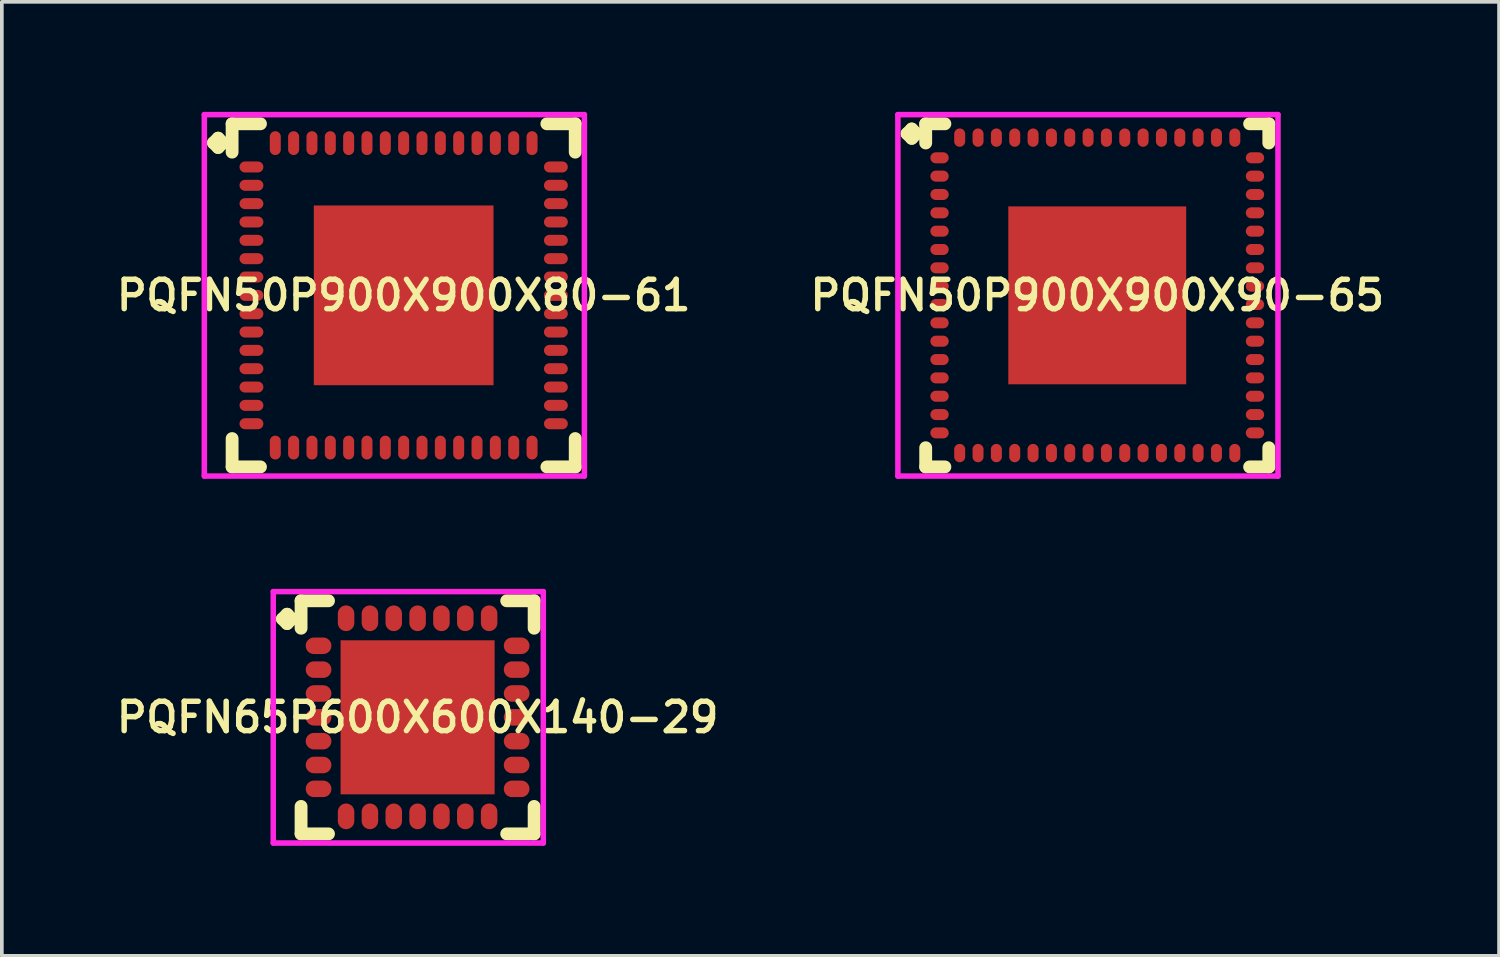
<source format=kicad_pcb>
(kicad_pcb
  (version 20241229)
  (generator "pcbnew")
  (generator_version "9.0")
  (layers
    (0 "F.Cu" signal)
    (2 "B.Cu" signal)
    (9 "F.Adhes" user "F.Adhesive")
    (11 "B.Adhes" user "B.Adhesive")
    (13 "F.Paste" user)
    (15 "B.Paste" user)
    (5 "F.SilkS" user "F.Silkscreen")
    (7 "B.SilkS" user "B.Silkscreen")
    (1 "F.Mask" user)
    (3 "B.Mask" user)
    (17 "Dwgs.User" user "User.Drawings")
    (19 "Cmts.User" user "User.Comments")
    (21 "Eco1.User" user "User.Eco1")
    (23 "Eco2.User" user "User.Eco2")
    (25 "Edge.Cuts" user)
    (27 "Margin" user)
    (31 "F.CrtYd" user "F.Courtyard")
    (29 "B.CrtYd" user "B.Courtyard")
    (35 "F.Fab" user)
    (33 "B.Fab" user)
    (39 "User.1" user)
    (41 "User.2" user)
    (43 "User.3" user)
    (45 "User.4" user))
  (footprint "PQFN65P600X600X140-29"
    (layer "F.Cu")
    (at 8.335 16.506)
    (property "Reference" "PQFN65P600X600X140-29" (at 0 0 0) (layer "F.SilkS") (effects (font (size 0.8 0.8) (thickness 0.15))))
    (attr smd)
    (fp_line (start -3.685 -2.683) (end -3.558 -2.81) (stroke (width 0.35) (type solid)) (layer "F.SilkS"))
    (fp_line (start -3.558 -2.81) (end -3.431 -2.683) (stroke (width 0.35) (type solid)) (layer "F.SilkS"))
    (fp_line (start -3.558 -2.556) (end -3.685 -2.683) (stroke (width 0.35) (type solid)) (layer "F.SilkS"))
    (fp_line (start -3.431 -2.683) (end -3.558 -2.556) (stroke (width 0.35) (type solid)) (layer "F.SilkS"))
    (fp_line (start -3.177 -3.177) (end -2.429 -3.177) (stroke (width 0.35) (type solid)) (layer "F.SilkS"))
    (fp_line (start -3.177 -2.429) (end -3.177 -3.177) (stroke (width 0.35) (type solid)) (layer "F.SilkS"))
    (fp_line (start -3.177 2.429) (end -3.177 3.177) (stroke (width 0.35) (type solid)) (layer "F.SilkS"))
    (fp_line (start -3.177 3.177) (end -2.429 3.177) (stroke (width 0.35) (type solid)) (layer "F.SilkS"))
    (fp_line (start 2.429 -3.177) (end 3.177 -3.177) (stroke (width 0.35) (type solid)) (layer "F.SilkS"))
    (fp_line (start 2.429 3.177) (end 3.177 3.177) (stroke (width 0.35) (type solid)) (layer "F.SilkS"))
    (fp_line (start 3.177 -3.177) (end 3.177 -2.429) (stroke (width 0.35) (type solid)) (layer "F.SilkS"))
    (fp_line (start 3.177 3.177) (end 3.177 2.429) (stroke (width 0.35) (type solid)) (layer "F.SilkS"))
    (fp_line (start -3.935 -3.427) (end 3.427 -3.427) (stroke (width 0.15) (type solid)) (layer "F.CrtYd"))
    (fp_line (start -3.935 3.427) (end -3.935 -3.427) (stroke (width 0.15) (type solid)) (layer "F.CrtYd"))
    (fp_line (start 3.427 -3.427) (end 3.427 3.427) (stroke (width 0.15) (type solid)) (layer "F.CrtYd"))
    (fp_line (start 3.427 3.427) (end -3.935 3.427) (stroke (width 0.15) (type solid)) (layer "F.CrtYd"))
    (pad "1" smd oval (at -2.7 -1.95) (size 0.7 0.45) (layers "F.Cu" "F.Mask" "F.Paste"))
    (pad "2" smd oval (at -2.7 -1.3) (size 0.7 0.45) (layers "F.Cu" "F.Mask" "F.Paste"))
    (pad "3" smd oval (at -2.7 -0.65) (size 0.7 0.45) (layers "F.Cu" "F.Mask" "F.Paste"))
    (pad "4" smd oval (at -2.7 0) (size 0.7 0.45) (layers "F.Cu" "F.Mask" "F.Paste"))
    (pad "5" smd oval (at -2.7 0.65) (size 0.7 0.45) (layers "F.Cu" "F.Mask" "F.Paste"))
    (pad "6" smd oval (at -2.7 1.3) (size 0.7 0.45) (layers "F.Cu" "F.Mask" "F.Paste"))
    (pad "7" smd oval (at -2.7 1.95) (size 0.7 0.45) (layers "F.Cu" "F.Mask" "F.Paste"))
    (pad "8" smd oval (at -1.95 2.7) (size 0.45 0.7) (layers "F.Cu" "F.Mask" "F.Paste"))
    (pad "9" smd oval (at -1.3 2.7) (size 0.45 0.7) (layers "F.Cu" "F.Mask" "F.Paste"))
    (pad "10" smd oval (at -0.65 2.7) (size 0.45 0.7) (layers "F.Cu" "F.Mask" "F.Paste"))
    (pad "11" smd oval (at 0 2.7) (size 0.45 0.7) (layers "F.Cu" "F.Mask" "F.Paste"))
    (pad "12" smd oval (at 0.65 2.7) (size 0.45 0.7) (layers "F.Cu" "F.Mask" "F.Paste"))
    (pad "13" smd oval (at 1.3 2.7) (size 0.45 0.7) (layers "F.Cu" "F.Mask" "F.Paste"))
    (pad "14" smd oval (at 1.95 2.7) (size 0.45 0.7) (layers "F.Cu" "F.Mask" "F.Paste"))
    (pad "15" smd oval (at 2.7 1.95) (size 0.7 0.45) (layers "F.Cu" "F.Mask" "F.Paste"))
    (pad "16" smd oval (at 2.7 1.3) (size 0.7 0.45) (layers "F.Cu" "F.Mask" "F.Paste"))
    (pad "17" smd oval (at 2.7 0.65) (size 0.7 0.45) (layers "F.Cu" "F.Mask" "F.Paste"))
    (pad "18" smd oval (at 2.7 0) (size 0.7 0.45) (layers "F.Cu" "F.Mask" "F.Paste"))
    (pad "19" smd oval (at 2.7 -0.65) (size 0.7 0.45) (layers "F.Cu" "F.Mask" "F.Paste"))
    (pad "20" smd oval (at 2.7 -1.3) (size 0.7 0.45) (layers "F.Cu" "F.Mask" "F.Paste"))
    (pad "21" smd oval (at 2.7 -1.95) (size 0.7 0.45) (layers "F.Cu" "F.Mask" "F.Paste"))
    (pad "22" smd oval (at 1.95 -2.7) (size 0.45 0.7) (layers "F.Cu" "F.Mask" "F.Paste"))
    (pad "23" smd oval (at 1.3 -2.7) (size 0.45 0.7) (layers "F.Cu" "F.Mask" "F.Paste"))
    (pad "24" smd oval (at 0.65 -2.7) (size 0.45 0.7) (layers "F.Cu" "F.Mask" "F.Paste"))
    (pad "25" smd oval (at 0 -2.7) (size 0.45 0.7) (layers "F.Cu" "F.Mask" "F.Paste"))
    (pad "26" smd oval (at -0.65 -2.7) (size 0.45 0.7) (layers "F.Cu" "F.Mask" "F.Paste"))
    (pad "27" smd oval (at -1.3 -2.7) (size 0.45 0.7) (layers "F.Cu" "F.Mask" "F.Paste"))
    (pad "28" smd oval (at -1.95 -2.7) (size 0.45 0.7) (layers "F.Cu" "F.Mask" "F.Paste"))
    (pad "29" smd rect (at 0 0) (size 4.2 4.2) (layers "F.Cu" "F.Mask" "F.Paste")))
  (footprint "PQFN50P900X900X80-61"
    (layer "F.Cu")
    (at 7.955 5.002)
    (property "Reference" "PQFN50P900X900X80-61" (at 0 0 0) (layer "F.SilkS") (effects (font (size 0.8 0.8) (thickness 0.15))))
    (attr through_hole)
    (fp_line (start -5.185 -4.158) (end -5.058 -4.285) (stroke (width 0.35) (type solid)) (layer "F.SilkS"))
    (fp_line (start -5.058 -4.285) (end -4.931 -4.158) (stroke (width 0.35) (type solid)) (layer "F.SilkS"))
    (fp_line (start -5.058 -4.031) (end -5.185 -4.158) (stroke (width 0.35) (type solid)) (layer "F.SilkS"))
    (fp_line (start -4.931 -4.158) (end -5.058 -4.031) (stroke (width 0.35) (type solid)) (layer "F.SilkS"))
    (fp_line (start -4.677 -4.677) (end -3.904 -4.677) (stroke (width 0.35) (type solid)) (layer "F.SilkS"))
    (fp_line (start -4.677 -3.904) (end -4.677 -4.677) (stroke (width 0.35) (type solid)) (layer "F.SilkS"))
    (fp_line (start -4.677 3.904) (end -4.677 4.677) (stroke (width 0.35) (type solid)) (layer "F.SilkS"))
    (fp_line (start -4.677 4.677) (end -3.904 4.677) (stroke (width 0.35) (type solid)) (layer "F.SilkS"))
    (fp_line (start 3.904 -4.677) (end 4.677 -4.677) (stroke (width 0.35) (type solid)) (layer "F.SilkS"))
    (fp_line (start 3.904 4.677) (end 4.677 4.677) (stroke (width 0.35) (type solid)) (layer "F.SilkS"))
    (fp_line (start 4.677 -4.677) (end 4.677 -3.904) (stroke (width 0.35) (type solid)) (layer "F.SilkS"))
    (fp_line (start 4.677 4.677) (end 4.677 3.904) (stroke (width 0.35) (type solid)) (layer "F.SilkS"))
    (fp_line (start -5.435 -4.927) (end 4.927 -4.927) (stroke (width 0.15) (type solid)) (layer "F.CrtYd"))
    (fp_line (start -5.435 4.927) (end -5.435 -4.927) (stroke (width 0.15) (type solid)) (layer "F.CrtYd"))
    (fp_line (start 4.927 -4.927) (end 4.927 4.927) (stroke (width 0.15) (type solid)) (layer "F.CrtYd"))
    (fp_line (start 4.927 4.927) (end -5.435 4.927) (stroke (width 0.15) (type solid)) (layer "F.CrtYd"))
    (pad "1" smd oval (at -4.15 -3.5) (size 0.65 0.3) (layers "F.Cu" "F.Mask" "F.Paste"))
    (pad "2" smd oval (at -4.15 -3) (size 0.65 0.3) (layers "F.Cu" "F.Mask" "F.Paste"))
    (pad "3" smd oval (at -4.15 -2.5) (size 0.65 0.3) (layers "F.Cu" "F.Mask" "F.Paste"))
    (pad "4" smd oval (at -4.15 -2) (size 0.65 0.3) (layers "F.Cu" "F.Mask" "F.Paste"))
    (pad "5" smd oval (at -4.15 -1.5) (size 0.65 0.3) (layers "F.Cu" "F.Mask" "F.Paste"))
    (pad "6" smd oval (at -4.15 -1) (size 0.65 0.3) (layers "F.Cu" "F.Mask" "F.Paste"))
    (pad "7" smd oval (at -4.15 -0.5) (size 0.65 0.3) (layers "F.Cu" "F.Mask" "F.Paste"))
    (pad "8" smd oval (at -4.15 0) (size 0.65 0.3) (layers "F.Cu" "F.Mask" "F.Paste"))
    (pad "9" smd oval (at -4.15 0.5) (size 0.65 0.3) (layers "F.Cu" "F.Mask" "F.Paste"))
    (pad "10" smd oval (at -4.15 1) (size 0.65 0.3) (layers "F.Cu" "F.Mask" "F.Paste"))
    (pad "11" smd oval (at -4.15 1.5) (size 0.65 0.3) (layers "F.Cu" "F.Mask" "F.Paste"))
    (pad "12" smd oval (at -4.15 2) (size 0.65 0.3) (layers "F.Cu" "F.Mask" "F.Paste"))
    (pad "13" smd oval (at -4.15 2.5) (size 0.65 0.3) (layers "F.Cu" "F.Mask" "F.Paste"))
    (pad "14" smd oval (at -4.15 3) (size 0.65 0.3) (layers "F.Cu" "F.Mask" "F.Paste"))
    (pad "15" smd oval (at -4.15 3.5) (size 0.65 0.3) (layers "F.Cu" "F.Mask" "F.Paste"))
    (pad "16" smd oval (at -3.5 4.15) (size 0.3 0.65) (layers "F.Cu" "F.Mask" "F.Paste"))
    (pad "17" smd oval (at -3 4.15) (size 0.3 0.65) (layers "F.Cu" "F.Mask" "F.Paste"))
    (pad "18" smd oval (at -2.5 4.15) (size 0.3 0.65) (layers "F.Cu" "F.Mask" "F.Paste"))
    (pad "19" smd oval (at -2 4.15) (size 0.3 0.65) (layers "F.Cu" "F.Mask" "F.Paste"))
    (pad "20" smd oval (at -1.5 4.15) (size 0.3 0.65) (layers "F.Cu" "F.Mask" "F.Paste"))
    (pad "21" smd oval (at -1 4.15) (size 0.3 0.65) (layers "F.Cu" "F.Mask" "F.Paste"))
    (pad "22" smd oval (at -0.5 4.15) (size 0.3 0.65) (layers "F.Cu" "F.Mask" "F.Paste"))
    (pad "23" smd oval (at 0 4.15) (size 0.3 0.65) (layers "F.Cu" "F.Mask" "F.Paste"))
    (pad "24" smd oval (at 0.5 4.15) (size 0.3 0.65) (layers "F.Cu" "F.Mask" "F.Paste"))
    (pad "25" smd oval (at 1 4.15) (size 0.3 0.65) (layers "F.Cu" "F.Mask" "F.Paste"))
    (pad "26" smd oval (at 1.5 4.15) (size 0.3 0.65) (layers "F.Cu" "F.Mask" "F.Paste"))
    (pad "27" smd oval (at 2 4.15) (size 0.3 0.65) (layers "F.Cu" "F.Mask" "F.Paste"))
    (pad "28" smd oval (at 2.5 4.15) (size 0.3 0.65) (layers "F.Cu" "F.Mask" "F.Paste"))
    (pad "29" smd oval (at 3 4.15) (size 0.3 0.65) (layers "F.Cu" "F.Mask" "F.Paste"))
    (pad "30" smd oval (at 3.5 4.15) (size 0.3 0.65) (layers "F.Cu" "F.Mask" "F.Paste"))
    (pad "31" smd oval (at 4.15 3.5) (size 0.65 0.3) (layers "F.Cu" "F.Mask" "F.Paste"))
    (pad "32" smd oval (at 4.15 3) (size 0.65 0.3) (layers "F.Cu" "F.Mask" "F.Paste"))
    (pad "33" smd oval (at 4.15 2.5) (size 0.65 0.3) (layers "F.Cu" "F.Mask" "F.Paste"))
    (pad "34" smd oval (at 4.15 2) (size 0.65 0.3) (layers "F.Cu" "F.Mask" "F.Paste"))
    (pad "35" smd oval (at 4.15 1.5) (size 0.65 0.3) (layers "F.Cu" "F.Mask" "F.Paste"))
    (pad "36" smd oval (at 4.15 1) (size 0.65 0.3) (layers "F.Cu" "F.Mask" "F.Paste"))
    (pad "37" smd oval (at 4.15 0.5) (size 0.65 0.3) (layers "F.Cu" "F.Mask" "F.Paste"))
    (pad "38" smd oval (at 4.15 0) (size 0.65 0.3) (layers "F.Cu" "F.Mask" "F.Paste"))
    (pad "39" smd oval (at 4.15 -0.5) (size 0.65 0.3) (layers "F.Cu" "F.Mask" "F.Paste"))
    (pad "40" smd oval (at 4.15 -1) (size 0.65 0.3) (layers "F.Cu" "F.Mask" "F.Paste"))
    (pad "41" smd oval (at 4.15 -1.5) (size 0.65 0.3) (layers "F.Cu" "F.Mask" "F.Paste"))
    (pad "42" smd oval (at 4.15 -2) (size 0.65 0.3) (layers "F.Cu" "F.Mask" "F.Paste"))
    (pad "43" smd oval (at 4.15 -2.5) (size 0.65 0.3) (layers "F.Cu" "F.Mask" "F.Paste"))
    (pad "44" smd oval (at 4.15 -3) (size 0.65 0.3) (layers "F.Cu" "F.Mask" "F.Paste"))
    (pad "45" smd oval (at 4.15 -3.5) (size 0.65 0.3) (layers "F.Cu" "F.Mask" "F.Paste"))
    (pad "46" smd oval (at 3.5 -4.15) (size 0.3 0.65) (layers "F.Cu" "F.Mask" "F.Paste"))
    (pad "47" smd oval (at 3 -4.15) (size 0.3 0.65) (layers "F.Cu" "F.Mask" "F.Paste"))
    (pad "48" smd oval (at 2.5 -4.15) (size 0.3 0.65) (layers "F.Cu" "F.Mask" "F.Paste"))
    (pad "49" smd oval (at 2 -4.15) (size 0.3 0.65) (layers "F.Cu" "F.Mask" "F.Paste"))
    (pad "50" smd oval (at 1.5 -4.15) (size 0.3 0.65) (layers "F.Cu" "F.Mask" "F.Paste"))
    (pad "51" smd oval (at 1 -4.15) (size 0.3 0.65) (layers "F.Cu" "F.Mask" "F.Paste"))
    (pad "52" smd oval (at 0.5 -4.15) (size 0.3 0.65) (layers "F.Cu" "F.Mask" "F.Paste"))
    (pad "53" smd oval (at 0 -4.15) (size 0.3 0.65) (layers "F.Cu" "F.Mask" "F.Paste"))
    (pad "54" smd oval (at -0.5 -4.15) (size 0.3 0.65) (layers "F.Cu" "F.Mask" "F.Paste"))
    (pad "55" smd oval (at -1 -4.15) (size 0.3 0.65) (layers "F.Cu" "F.Mask" "F.Paste"))
    (pad "56" smd oval (at -1.5 -4.15) (size 0.3 0.65) (layers "F.Cu" "F.Mask" "F.Paste"))
    (pad "57" smd oval (at -2 -4.15) (size 0.3 0.65) (layers "F.Cu" "F.Mask" "F.Paste"))
    (pad "58" smd oval (at -2.5 -4.15) (size 0.3 0.65) (layers "F.Cu" "F.Mask" "F.Paste"))
    (pad "59" smd oval (at -3 -4.15) (size 0.3 0.65) (layers "F.Cu" "F.Mask" "F.Paste"))
    (pad "60" smd oval (at -3.5 -4.15) (size 0.3 0.65) (layers "F.Cu" "F.Mask" "F.Paste"))
    (pad "61" smd rect (at 0 0) (size 4.9 4.9) (layers "F.Cu" "F.Mask" "F.Paste")))
  (footprint "PQFN50P900X900X90-65"
    (layer "F.Cu")
    (at 26.864 5.002)
    (property "Reference" "PQFN50P900X900X90-65" (at 0 0 0) (layer "F.SilkS") (effects (font (size 0.8 0.8) (thickness 0.15))))
    (attr smd)
    (fp_line (start -5.185 -4.408) (end -5.058 -4.535) (stroke (width 0.35) (type solid)) (layer "F.SilkS"))
    (fp_line (start -5.058 -4.535) (end -4.931 -4.408) (stroke (width 0.35) (type solid)) (layer "F.SilkS"))
    (fp_line (start -5.058 -4.281) (end -5.185 -4.408) (stroke (width 0.35) (type solid)) (layer "F.SilkS"))
    (fp_line (start -4.931 -4.408) (end -5.058 -4.281) (stroke (width 0.35) (type solid)) (layer "F.SilkS"))
    (fp_line (start -4.677 -4.677) (end -4.154 -4.677) (stroke (width 0.35) (type solid)) (layer "F.SilkS"))
    (fp_line (start -4.677 -4.154) (end -4.677 -4.677) (stroke (width 0.35) (type solid)) (layer "F.SilkS"))
    (fp_line (start -4.677 4.154) (end -4.677 4.677) (stroke (width 0.35) (type solid)) (layer "F.SilkS"))
    (fp_line (start -4.677 4.677) (end -4.154 4.677) (stroke (width 0.35) (type solid)) (layer "F.SilkS"))
    (fp_line (start 4.154 -4.677) (end 4.677 -4.677) (stroke (width 0.35) (type solid)) (layer "F.SilkS"))
    (fp_line (start 4.154 4.677) (end 4.677 4.677) (stroke (width 0.35) (type solid)) (layer "F.SilkS"))
    (fp_line (start 4.677 -4.677) (end 4.677 -4.154) (stroke (width 0.35) (type solid)) (layer "F.SilkS"))
    (fp_line (start 4.677 4.677) (end 4.677 4.154) (stroke (width 0.35) (type solid)) (layer "F.SilkS"))
    (fp_line (start -5.435 -4.927) (end 4.927 -4.927) (stroke (width 0.15) (type solid)) (layer "F.CrtYd"))
    (fp_line (start -5.435 4.927) (end -5.435 -4.927) (stroke (width 0.15) (type solid)) (layer "F.CrtYd"))
    (fp_line (start 4.927 -4.927) (end 4.927 4.927) (stroke (width 0.15) (type solid)) (layer "F.CrtYd"))
    (fp_line (start 4.927 4.927) (end -5.435 4.927) (stroke (width 0.15) (type solid)) (layer "F.CrtYd"))
    (pad "1" smd oval (at -4.3 -3.75) (size 0.5 0.3) (layers "F.Cu" "F.Mask" "F.Paste"))
    (pad "2" smd oval (at -4.3 -3.25) (size 0.5 0.3) (layers "F.Cu" "F.Mask" "F.Paste"))
    (pad "3" smd oval (at -4.3 -2.75) (size 0.5 0.3) (layers "F.Cu" "F.Mask" "F.Paste"))
    (pad "4" smd oval (at -4.3 -2.25) (size 0.5 0.3) (layers "F.Cu" "F.Mask" "F.Paste"))
    (pad "5" smd oval (at -4.3 -1.75) (size 0.5 0.3) (layers "F.Cu" "F.Mask" "F.Paste"))
    (pad "6" smd oval (at -4.3 -1.25) (size 0.5 0.3) (layers "F.Cu" "F.Mask" "F.Paste"))
    (pad "7" smd oval (at -4.3 -0.75) (size 0.5 0.3) (layers "F.Cu" "F.Mask" "F.Paste"))
    (pad "8" smd oval (at -4.3 -0.25) (size 0.5 0.3) (layers "F.Cu" "F.Mask" "F.Paste"))
    (pad "9" smd oval (at -4.3 0.25) (size 0.5 0.3) (layers "F.Cu" "F.Mask" "F.Paste"))
    (pad "10" smd oval (at -4.3 0.75) (size 0.5 0.3) (layers "F.Cu" "F.Mask" "F.Paste"))
    (pad "11" smd oval (at -4.3 1.25) (size 0.5 0.3) (layers "F.Cu" "F.Mask" "F.Paste"))
    (pad "12" smd oval (at -4.3 1.75) (size 0.5 0.3) (layers "F.Cu" "F.Mask" "F.Paste"))
    (pad "13" smd oval (at -4.3 2.25) (size 0.5 0.3) (layers "F.Cu" "F.Mask" "F.Paste"))
    (pad "14" smd oval (at -4.3 2.75) (size 0.5 0.3) (layers "F.Cu" "F.Mask" "F.Paste"))
    (pad "15" smd oval (at -4.3 3.25) (size 0.5 0.3) (layers "F.Cu" "F.Mask" "F.Paste"))
    (pad "16" smd oval (at -4.3 3.75) (size 0.5 0.3) (layers "F.Cu" "F.Mask" "F.Paste"))
    (pad "17" smd oval (at -3.75 4.3) (size 0.3 0.5) (layers "F.Cu" "F.Mask" "F.Paste"))
    (pad "18" smd oval (at -3.25 4.3) (size 0.3 0.5) (layers "F.Cu" "F.Mask" "F.Paste"))
    (pad "19" smd oval (at -2.75 4.3) (size 0.3 0.5) (layers "F.Cu" "F.Mask" "F.Paste"))
    (pad "20" smd oval (at -2.25 4.3) (size 0.3 0.5) (layers "F.Cu" "F.Mask" "F.Paste"))
    (pad "21" smd oval (at -1.75 4.3) (size 0.3 0.5) (layers "F.Cu" "F.Mask" "F.Paste"))
    (pad "22" smd oval (at -1.25 4.3) (size 0.3 0.5) (layers "F.Cu" "F.Mask" "F.Paste"))
    (pad "23" smd oval (at -0.75 4.3) (size 0.3 0.5) (layers "F.Cu" "F.Mask" "F.Paste"))
    (pad "24" smd oval (at -0.25 4.3) (size 0.3 0.5) (layers "F.Cu" "F.Mask" "F.Paste"))
    (pad "25" smd oval (at 0.25 4.3) (size 0.3 0.5) (layers "F.Cu" "F.Mask" "F.Paste"))
    (pad "26" smd oval (at 0.75 4.3) (size 0.3 0.5) (layers "F.Cu" "F.Mask" "F.Paste"))
    (pad "27" smd oval (at 1.25 4.3) (size 0.3 0.5) (layers "F.Cu" "F.Mask" "F.Paste"))
    (pad "28" smd oval (at 1.75 4.3) (size 0.3 0.5) (layers "F.Cu" "F.Mask" "F.Paste"))
    (pad "29" smd oval (at 2.25 4.3) (size 0.3 0.5) (layers "F.Cu" "F.Mask" "F.Paste"))
    (pad "30" smd oval (at 2.75 4.3) (size 0.3 0.5) (layers "F.Cu" "F.Mask" "F.Paste"))
    (pad "31" smd oval (at 3.25 4.3) (size 0.3 0.5) (layers "F.Cu" "F.Mask" "F.Paste"))
    (pad "32" smd oval (at 3.75 4.3) (size 0.3 0.5) (layers "F.Cu" "F.Mask" "F.Paste"))
    (pad "33" smd oval (at 4.3 3.75) (size 0.5 0.3) (layers "F.Cu" "F.Mask" "F.Paste"))
    (pad "34" smd oval (at 4.3 3.25) (size 0.5 0.3) (layers "F.Cu" "F.Mask" "F.Paste"))
    (pad "35" smd oval (at 4.3 2.75) (size 0.5 0.3) (layers "F.Cu" "F.Mask" "F.Paste"))
    (pad "36" smd oval (at 4.3 2.25) (size 0.5 0.3) (layers "F.Cu" "F.Mask" "F.Paste"))
    (pad "37" smd oval (at 4.3 1.75) (size 0.5 0.3) (layers "F.Cu" "F.Mask" "F.Paste"))
    (pad "38" smd oval (at 4.3 1.25) (size 0.5 0.3) (layers "F.Cu" "F.Mask" "F.Paste"))
    (pad "39" smd oval (at 4.3 0.75) (size 0.5 0.3) (layers "F.Cu" "F.Mask" "F.Paste"))
    (pad "40" smd oval (at 4.3 0.25) (size 0.5 0.3) (layers "F.Cu" "F.Mask" "F.Paste"))
    (pad "41" smd oval (at 4.3 -0.25) (size 0.5 0.3) (layers "F.Cu" "F.Mask" "F.Paste"))
    (pad "42" smd oval (at 4.3 -0.75) (size 0.5 0.3) (layers "F.Cu" "F.Mask" "F.Paste"))
    (pad "43" smd oval (at 4.3 -1.25) (size 0.5 0.3) (layers "F.Cu" "F.Mask" "F.Paste"))
    (pad "44" smd oval (at 4.3 -1.75) (size 0.5 0.3) (layers "F.Cu" "F.Mask" "F.Paste"))
    (pad "45" smd oval (at 4.3 -2.25) (size 0.5 0.3) (layers "F.Cu" "F.Mask" "F.Paste"))
    (pad "46" smd oval (at 4.3 -2.75) (size 0.5 0.3) (layers "F.Cu" "F.Mask" "F.Paste"))
    (pad "47" smd oval (at 4.3 -3.25) (size 0.5 0.3) (layers "F.Cu" "F.Mask" "F.Paste"))
    (pad "48" smd oval (at 4.3 -3.75) (size 0.5 0.3) (layers "F.Cu" "F.Mask" "F.Paste"))
    (pad "49" smd oval (at 3.75 -4.3) (size 0.3 0.5) (layers "F.Cu" "F.Mask" "F.Paste"))
    (pad "50" smd oval (at 3.25 -4.3) (size 0.3 0.5) (layers "F.Cu" "F.Mask" "F.Paste"))
    (pad "51" smd oval (at 2.75 -4.3) (size 0.3 0.5) (layers "F.Cu" "F.Mask" "F.Paste"))
    (pad "52" smd oval (at 2.25 -4.3) (size 0.3 0.5) (layers "F.Cu" "F.Mask" "F.Paste"))
    (pad "53" smd oval (at 1.75 -4.3) (size 0.3 0.5) (layers "F.Cu" "F.Mask" "F.Paste"))
    (pad "54" smd oval (at 1.25 -4.3) (size 0.3 0.5) (layers "F.Cu" "F.Mask" "F.Paste"))
    (pad "55" smd oval (at 0.75 -4.3) (size 0.3 0.5) (layers "F.Cu" "F.Mask" "F.Paste"))
    (pad "56" smd oval (at 0.25 -4.3) (size 0.3 0.5) (layers "F.Cu" "F.Mask" "F.Paste"))
    (pad "57" smd oval (at -0.25 -4.3) (size 0.3 0.5) (layers "F.Cu" "F.Mask" "F.Paste"))
    (pad "58" smd oval (at -0.75 -4.3) (size 0.3 0.5) (layers "F.Cu" "F.Mask" "F.Paste"))
    (pad "59" smd oval (at -1.25 -4.3) (size 0.3 0.5) (layers "F.Cu" "F.Mask" "F.Paste"))
    (pad "60" smd oval (at -1.75 -4.3) (size 0.3 0.5) (layers "F.Cu" "F.Mask" "F.Paste"))
    (pad "61" smd oval (at -2.25 -4.3) (size 0.3 0.5) (layers "F.Cu" "F.Mask" "F.Paste"))
    (pad "62" smd oval (at -2.75 -4.3) (size 0.3 0.5) (layers "F.Cu" "F.Mask" "F.Paste"))
    (pad "63" smd oval (at -3.25 -4.3) (size 0.3 0.5) (layers "F.Cu" "F.Mask" "F.Paste"))
    (pad "64" smd oval (at -3.75 -4.3) (size 0.3 0.5) (layers "F.Cu" "F.Mask" "F.Paste"))
    (pad "65" smd rect (at 0 0) (size 4.85 4.85) (layers "F.Cu" "F.Mask" "F.Paste")))
  (gr_rect
    (start -3 -3)
    (end 37.818 23.008)
    (stroke (width 0.1) (type default))
    (fill no)
    (layer "Edge.Cuts")))
</source>
